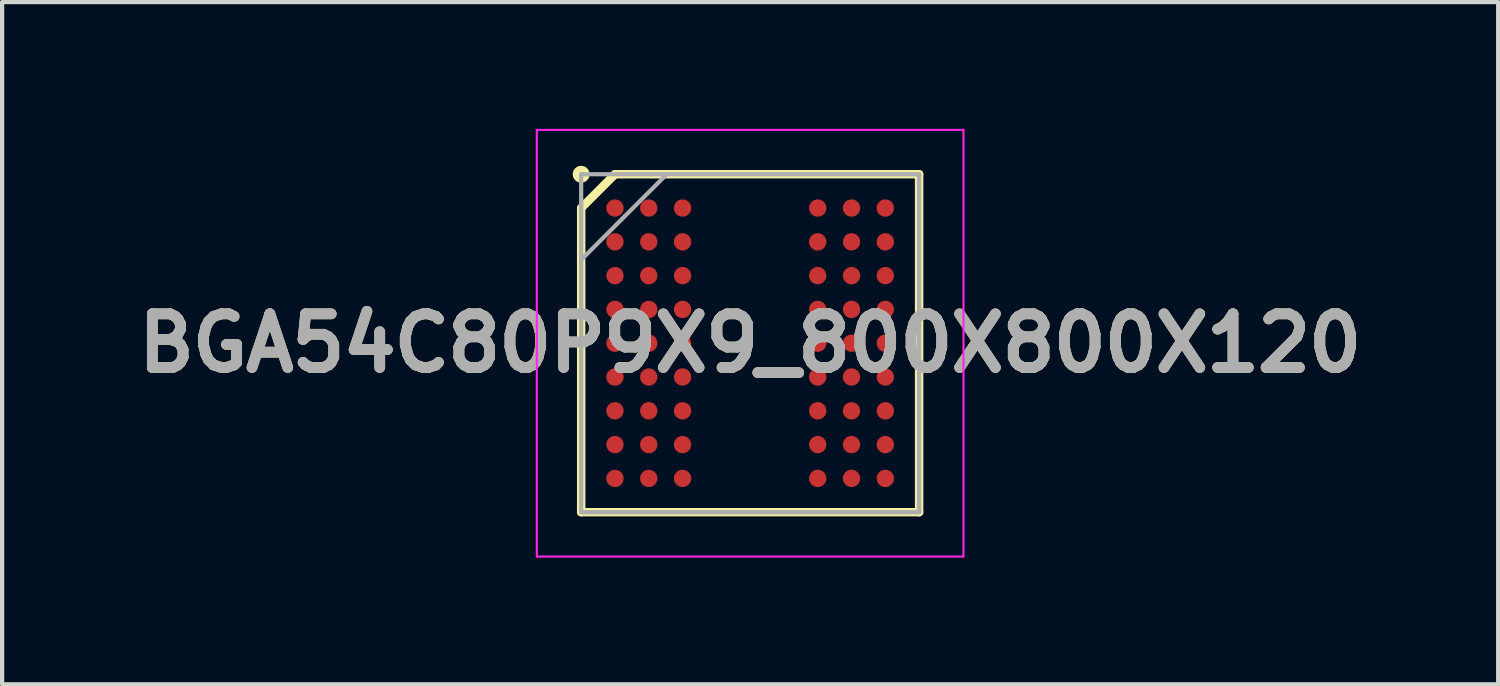
<source format=kicad_pcb>
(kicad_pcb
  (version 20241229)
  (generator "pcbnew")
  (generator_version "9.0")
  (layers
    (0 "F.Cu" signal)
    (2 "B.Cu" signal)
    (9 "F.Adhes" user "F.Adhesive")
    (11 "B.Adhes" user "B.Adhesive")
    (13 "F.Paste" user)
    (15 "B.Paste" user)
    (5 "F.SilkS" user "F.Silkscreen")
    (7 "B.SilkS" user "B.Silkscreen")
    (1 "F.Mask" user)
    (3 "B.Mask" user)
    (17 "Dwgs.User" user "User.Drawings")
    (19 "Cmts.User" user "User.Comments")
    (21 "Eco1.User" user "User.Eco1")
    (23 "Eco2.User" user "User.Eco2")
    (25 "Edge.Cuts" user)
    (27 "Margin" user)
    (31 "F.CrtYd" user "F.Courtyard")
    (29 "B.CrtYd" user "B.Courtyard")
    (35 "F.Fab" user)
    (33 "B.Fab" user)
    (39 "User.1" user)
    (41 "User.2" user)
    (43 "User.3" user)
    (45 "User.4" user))
  (footprint "BGA54C80P9X9_800X800X120"
    (layer "F.Cu")
    (at 14.708 5.075)
    (property "Reference" "BGA54C80P9X9_800X800X120" (at 0 0 0) (layer "F.SilkS") (effects (font (size 1.27 1.27) (thickness 0.254))))
    (attr smd)
    (fp_line (start -4 -3.2) (end -3.2 -4) (stroke (width 0.2) (type solid)) (layer "F.SilkS"))
    (fp_line (start -4 4) (end -4 -3.2) (stroke (width 0.2) (type solid)) (layer "F.SilkS"))
    (fp_line (start -3.2 -4) (end 4 -4) (stroke (width 0.2) (type solid)) (layer "F.SilkS"))
    (fp_line (start 4 -4) (end 4 4) (stroke (width 0.2) (type solid)) (layer "F.SilkS"))
    (fp_line (start 4 4) (end -4 4) (stroke (width 0.2) (type solid)) (layer "F.SilkS"))
    (fp_circle (center -4 -4) (end -4 -3.9) (stroke (width 0.2) (type solid)) (fill no) (layer "F.SilkS"))
    (fp_line (start -5.05 -5.05) (end 5.05 -5.05) (stroke (width 0.05) (type solid)) (layer "F.CrtYd"))
    (fp_line (start -5.05 5.05) (end -5.05 -5.05) (stroke (width 0.05) (type solid)) (layer "F.CrtYd"))
    (fp_line (start 5.05 -5.05) (end 5.05 5.05) (stroke (width 0.05) (type solid)) (layer "F.CrtYd"))
    (fp_line (start 5.05 5.05) (end -5.05 5.05) (stroke (width 0.05) (type solid)) (layer "F.CrtYd"))
    (fp_line (start -4 -4) (end 4 -4) (stroke (width 0.1) (type solid)) (layer "F.Fab"))
    (fp_line (start -4 -1.975) (end -1.975 -4) (stroke (width 0.1) (type solid)) (layer "F.Fab"))
    (fp_line (start -4 4) (end -4 -4) (stroke (width 0.1) (type solid)) (layer "F.Fab"))
    (fp_line (start 4 -4) (end 4 4) (stroke (width 0.1) (type solid)) (layer "F.Fab"))
    (fp_line (start 4 4) (end -4 4) (stroke (width 0.1) (type solid)) (layer "F.Fab"))
    (fp_text user "${REFERENCE}" (at 0 0 0) (layer "F.Fab") (effects (font (size 1.27 1.27) (thickness 0.254))))
    (pad "A1" smd circle (at -3.2 -3.2 90) (size 0.41 0.41) (layers "F.Cu" "F.Mask" "F.Paste"))
    (pad "A2" smd circle (at -2.4 -3.2 90) (size 0.41 0.41) (layers "F.Cu" "F.Mask" "F.Paste"))
    (pad "A3" smd circle (at -1.6 -3.2 90) (size 0.41 0.41) (layers "F.Cu" "F.Mask" "F.Paste"))
    (pad "A7" smd circle (at 1.6 -3.2 90) (size 0.41 0.41) (layers "F.Cu" "F.Mask" "F.Paste"))
    (pad "A8" smd circle (at 2.4 -3.2 90) (size 0.41 0.41) (layers "F.Cu" "F.Mask" "F.Paste"))
    (pad "A9" smd circle (at 3.2 -3.2 90) (size 0.41 0.41) (layers "F.Cu" "F.Mask" "F.Paste"))
    (pad "B1" smd circle (at -3.2 -2.4 90) (size 0.41 0.41) (layers "F.Cu" "F.Mask" "F.Paste"))
    (pad "B2" smd circle (at -2.4 -2.4 90) (size 0.41 0.41) (layers "F.Cu" "F.Mask" "F.Paste"))
    (pad "B3" smd circle (at -1.6 -2.4 90) (size 0.41 0.41) (layers "F.Cu" "F.Mask" "F.Paste"))
    (pad "B7" smd circle (at 1.6 -2.4 90) (size 0.41 0.41) (layers "F.Cu" "F.Mask" "F.Paste"))
    (pad "B8" smd circle (at 2.4 -2.4 90) (size 0.41 0.41) (layers "F.Cu" "F.Mask" "F.Paste"))
    (pad "B9" smd circle (at 3.2 -2.4 90) (size 0.41 0.41) (layers "F.Cu" "F.Mask" "F.Paste"))
    (pad "C1" smd circle (at -3.2 -1.6 90) (size 0.41 0.41) (layers "F.Cu" "F.Mask" "F.Paste"))
    (pad "C2" smd circle (at -2.4 -1.6 90) (size 0.41 0.41) (layers "F.Cu" "F.Mask" "F.Paste"))
    (pad "C3" smd circle (at -1.6 -1.6 90) (size 0.41 0.41) (layers "F.Cu" "F.Mask" "F.Paste"))
    (pad "C7" smd circle (at 1.6 -1.6 90) (size 0.41 0.41) (layers "F.Cu" "F.Mask" "F.Paste"))
    (pad "C8" smd circle (at 2.4 -1.6 90) (size 0.41 0.41) (layers "F.Cu" "F.Mask" "F.Paste"))
    (pad "C9" smd circle (at 3.2 -1.6 90) (size 0.41 0.41) (layers "F.Cu" "F.Mask" "F.Paste"))
    (pad "D1" smd circle (at -3.2 -0.8 90) (size 0.41 0.41) (layers "F.Cu" "F.Mask" "F.Paste"))
    (pad "D2" smd circle (at -2.4 -0.8 90) (size 0.41 0.41) (layers "F.Cu" "F.Mask" "F.Paste"))
    (pad "D3" smd circle (at -1.6 -0.8 90) (size 0.41 0.41) (layers "F.Cu" "F.Mask" "F.Paste"))
    (pad "D7" smd circle (at 1.6 -0.8 90) (size 0.41 0.41) (layers "F.Cu" "F.Mask" "F.Paste"))
    (pad "D8" smd circle (at 2.4 -0.8 90) (size 0.41 0.41) (layers "F.Cu" "F.Mask" "F.Paste"))
    (pad "D9" smd circle (at 3.2 -0.8 90) (size 0.41 0.41) (layers "F.Cu" "F.Mask" "F.Paste"))
    (pad "E1" smd circle (at -3.2 0 90) (size 0.41 0.41) (layers "F.Cu" "F.Mask" "F.Paste"))
    (pad "E2" smd circle (at -2.4 0 90) (size 0.41 0.41) (layers "F.Cu" "F.Mask" "F.Paste"))
    (pad "E3" smd circle (at -1.6 0 90) (size 0.41 0.41) (layers "F.Cu" "F.Mask" "F.Paste"))
    (pad "E7" smd circle (at 1.6 0 90) (size 0.41 0.41) (layers "F.Cu" "F.Mask" "F.Paste"))
    (pad "E8" smd circle (at 2.4 0 90) (size 0.41 0.41) (layers "F.Cu" "F.Mask" "F.Paste"))
    (pad "E9" smd circle (at 3.2 0 90) (size 0.41 0.41) (layers "F.Cu" "F.Mask" "F.Paste"))
    (pad "F1" smd circle (at -3.2 0.8 90) (size 0.41 0.41) (layers "F.Cu" "F.Mask" "F.Paste"))
    (pad "F2" smd circle (at -2.4 0.8 90) (size 0.41 0.41) (layers "F.Cu" "F.Mask" "F.Paste"))
    (pad "F3" smd circle (at -1.6 0.8 90) (size 0.41 0.41) (layers "F.Cu" "F.Mask" "F.Paste"))
    (pad "F7" smd circle (at 1.6 0.8 90) (size 0.41 0.41) (layers "F.Cu" "F.Mask" "F.Paste"))
    (pad "F8" smd circle (at 2.4 0.8 90) (size 0.41 0.41) (layers "F.Cu" "F.Mask" "F.Paste"))
    (pad "F9" smd circle (at 3.2 0.8 90) (size 0.41 0.41) (layers "F.Cu" "F.Mask" "F.Paste"))
    (pad "G1" smd circle (at -3.2 1.6 90) (size 0.41 0.41) (layers "F.Cu" "F.Mask" "F.Paste"))
    (pad "G2" smd circle (at -2.4 1.6 90) (size 0.41 0.41) (layers "F.Cu" "F.Mask" "F.Paste"))
    (pad "G3" smd circle (at -1.6 1.6 90) (size 0.41 0.41) (layers "F.Cu" "F.Mask" "F.Paste"))
    (pad "G7" smd circle (at 1.6 1.6 90) (size 0.41 0.41) (layers "F.Cu" "F.Mask" "F.Paste"))
    (pad "G8" smd circle (at 2.4 1.6 90) (size 0.41 0.41) (layers "F.Cu" "F.Mask" "F.Paste"))
    (pad "G9" smd circle (at 3.2 1.6 90) (size 0.41 0.41) (layers "F.Cu" "F.Mask" "F.Paste"))
    (pad "H1" smd circle (at -3.2 2.4 90) (size 0.41 0.41) (layers "F.Cu" "F.Mask" "F.Paste"))
    (pad "H2" smd circle (at -2.4 2.4 90) (size 0.41 0.41) (layers "F.Cu" "F.Mask" "F.Paste"))
    (pad "H3" smd circle (at -1.6 2.4 90) (size 0.41 0.41) (layers "F.Cu" "F.Mask" "F.Paste"))
    (pad "H7" smd circle (at 1.6 2.4 90) (size 0.41 0.41) (layers "F.Cu" "F.Mask" "F.Paste"))
    (pad "H8" smd circle (at 2.4 2.4 90) (size 0.41 0.41) (layers "F.Cu" "F.Mask" "F.Paste"))
    (pad "H9" smd circle (at 3.2 2.4 90) (size 0.41 0.41) (layers "F.Cu" "F.Mask" "F.Paste"))
    (pad "J1" smd circle (at -3.2 3.2 90) (size 0.41 0.41) (layers "F.Cu" "F.Mask" "F.Paste"))
    (pad "J2" smd circle (at -2.4 3.2 90) (size 0.41 0.41) (layers "F.Cu" "F.Mask" "F.Paste"))
    (pad "J3" smd circle (at -1.6 3.2 90) (size 0.41 0.41) (layers "F.Cu" "F.Mask" "F.Paste"))
    (pad "J7" smd circle (at 1.6 3.2 90) (size 0.41 0.41) (layers "F.Cu" "F.Mask" "F.Paste"))
    (pad "J8" smd circle (at 2.4 3.2 90) (size 0.41 0.41) (layers "F.Cu" "F.Mask" "F.Paste"))
    (pad "J9" smd circle (at 3.2 3.2 90) (size 0.41 0.41) (layers "F.Cu" "F.Mask" "F.Paste")))
  (gr_rect
    (start -3 -3)
    (end 32.416 13.15)
    (stroke (width 0.1) (type default))
    (fill no)
    (layer "Edge.Cuts")))
</source>
